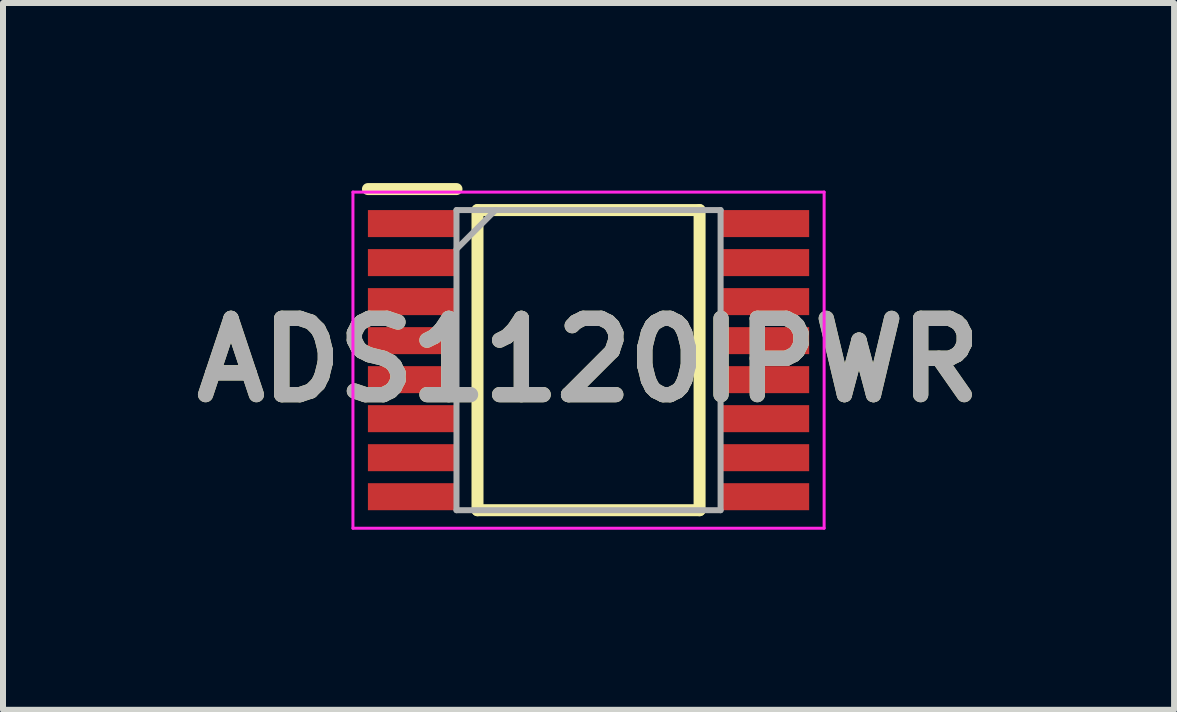
<source format=kicad_pcb>
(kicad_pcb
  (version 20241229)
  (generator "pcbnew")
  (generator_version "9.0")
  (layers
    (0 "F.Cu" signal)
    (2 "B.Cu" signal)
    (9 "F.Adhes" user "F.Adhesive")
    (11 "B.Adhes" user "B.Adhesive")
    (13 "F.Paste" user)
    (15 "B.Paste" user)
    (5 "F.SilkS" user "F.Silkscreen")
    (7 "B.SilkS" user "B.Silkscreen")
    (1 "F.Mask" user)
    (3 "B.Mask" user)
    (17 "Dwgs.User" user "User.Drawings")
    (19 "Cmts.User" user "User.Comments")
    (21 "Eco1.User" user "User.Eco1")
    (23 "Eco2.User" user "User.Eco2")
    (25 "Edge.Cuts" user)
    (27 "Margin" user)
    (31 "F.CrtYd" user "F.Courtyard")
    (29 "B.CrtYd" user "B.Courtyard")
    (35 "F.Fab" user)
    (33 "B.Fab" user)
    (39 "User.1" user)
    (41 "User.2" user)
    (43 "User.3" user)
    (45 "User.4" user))
  (footprint "ADS1120IPWR"
    (layer "F.Cu")
    (at 6.755 2.95)
    (property "Reference" "ADS1120IPWR" (at 0 0 0) (layer "F.SilkS") (effects (font (size 1.27 1.27) (thickness 0.254))))
    (attr smd)
    (fp_line (start -3.675 -2.85) (end -2.2 -2.85) (stroke (width 0.2) (type solid)) (layer "F.SilkS"))
    (fp_line (start -1.85 -2.5) (end 1.85 -2.5) (stroke (width 0.2) (type solid)) (layer "F.SilkS"))
    (fp_line (start -1.85 2.5) (end -1.85 -2.5) (stroke (width 0.2) (type solid)) (layer "F.SilkS"))
    (fp_line (start 1.85 -2.5) (end 1.85 2.5) (stroke (width 0.2) (type solid)) (layer "F.SilkS"))
    (fp_line (start 1.85 2.5) (end -1.85 2.5) (stroke (width 0.2) (type solid)) (layer "F.SilkS"))
    (fp_line (start -3.925 -2.8) (end 3.925 -2.8) (stroke (width 0.05) (type solid)) (layer "F.CrtYd"))
    (fp_line (start -3.925 2.8) (end -3.925 -2.8) (stroke (width 0.05) (type solid)) (layer "F.CrtYd"))
    (fp_line (start 3.925 -2.8) (end 3.925 2.8) (stroke (width 0.05) (type solid)) (layer "F.CrtYd"))
    (fp_line (start 3.925 2.8) (end -3.925 2.8) (stroke (width 0.05) (type solid)) (layer "F.CrtYd"))
    (fp_line (start -2.2 -2.5) (end 2.2 -2.5) (stroke (width 0.1) (type solid)) (layer "F.Fab"))
    (fp_line (start -2.2 -1.85) (end -1.55 -2.5) (stroke (width 0.1) (type solid)) (layer "F.Fab"))
    (fp_line (start -2.2 2.5) (end -2.2 -2.5) (stroke (width 0.1) (type solid)) (layer "F.Fab"))
    (fp_line (start 2.2 -2.5) (end 2.2 2.5) (stroke (width 0.1) (type solid)) (layer "F.Fab"))
    (fp_line (start 2.2 2.5) (end -2.2 2.5) (stroke (width 0.1) (type solid)) (layer "F.Fab"))
    (fp_text user "${REFERENCE}" (at 0 0 0) (layer "F.Fab") (effects (font (size 1.27 1.27) (thickness 0.254))))
    (pad "1" smd rect (at -2.938 -2.275 90) (size 0.45 1.475) (layers "F.Cu" "F.Mask" "F.Paste"))
    (pad "2" smd rect (at -2.938 -1.625 90) (size 0.45 1.475) (layers "F.Cu" "F.Mask" "F.Paste"))
    (pad "3" smd rect (at -2.938 -0.975 90) (size 0.45 1.475) (layers "F.Cu" "F.Mask" "F.Paste"))
    (pad "4" smd rect (at -2.938 -0.325 90) (size 0.45 1.475) (layers "F.Cu" "F.Mask" "F.Paste"))
    (pad "5" smd rect (at -2.938 0.325 90) (size 0.45 1.475) (layers "F.Cu" "F.Mask" "F.Paste"))
    (pad "6" smd rect (at -2.938 0.975 90) (size 0.45 1.475) (layers "F.Cu" "F.Mask" "F.Paste"))
    (pad "7" smd rect (at -2.938 1.625 90) (size 0.45 1.475) (layers "F.Cu" "F.Mask" "F.Paste"))
    (pad "8" smd rect (at -2.938 2.275 90) (size 0.45 1.475) (layers "F.Cu" "F.Mask" "F.Paste"))
    (pad "9" smd rect (at 2.938 2.275 90) (size 0.45 1.475) (layers "F.Cu" "F.Mask" "F.Paste"))
    (pad "10" smd rect (at 2.938 1.625 90) (size 0.45 1.475) (layers "F.Cu" "F.Mask" "F.Paste"))
    (pad "11" smd rect (at 2.938 0.975 90) (size 0.45 1.475) (layers "F.Cu" "F.Mask" "F.Paste"))
    (pad "12" smd rect (at 2.938 0.325 90) (size 0.45 1.475) (layers "F.Cu" "F.Mask" "F.Paste"))
    (pad "13" smd rect (at 2.938 -0.325 90) (size 0.45 1.475) (layers "F.Cu" "F.Mask" "F.Paste"))
    (pad "14" smd rect (at 2.938 -0.975 90) (size 0.45 1.475) (layers "F.Cu" "F.Mask" "F.Paste"))
    (pad "15" smd rect (at 2.938 -1.625 90) (size 0.45 1.475) (layers "F.Cu" "F.Mask" "F.Paste"))
    (pad "16" smd rect (at 2.938 -2.275 90) (size 0.45 1.475) (layers "F.Cu" "F.Mask" "F.Paste")))
  (gr_rect
    (start -3 -3)
    (end 16.51 8.775)
    (stroke (width 0.1) (type default))
    (fill no)
    (layer "Edge.Cuts")))
</source>
